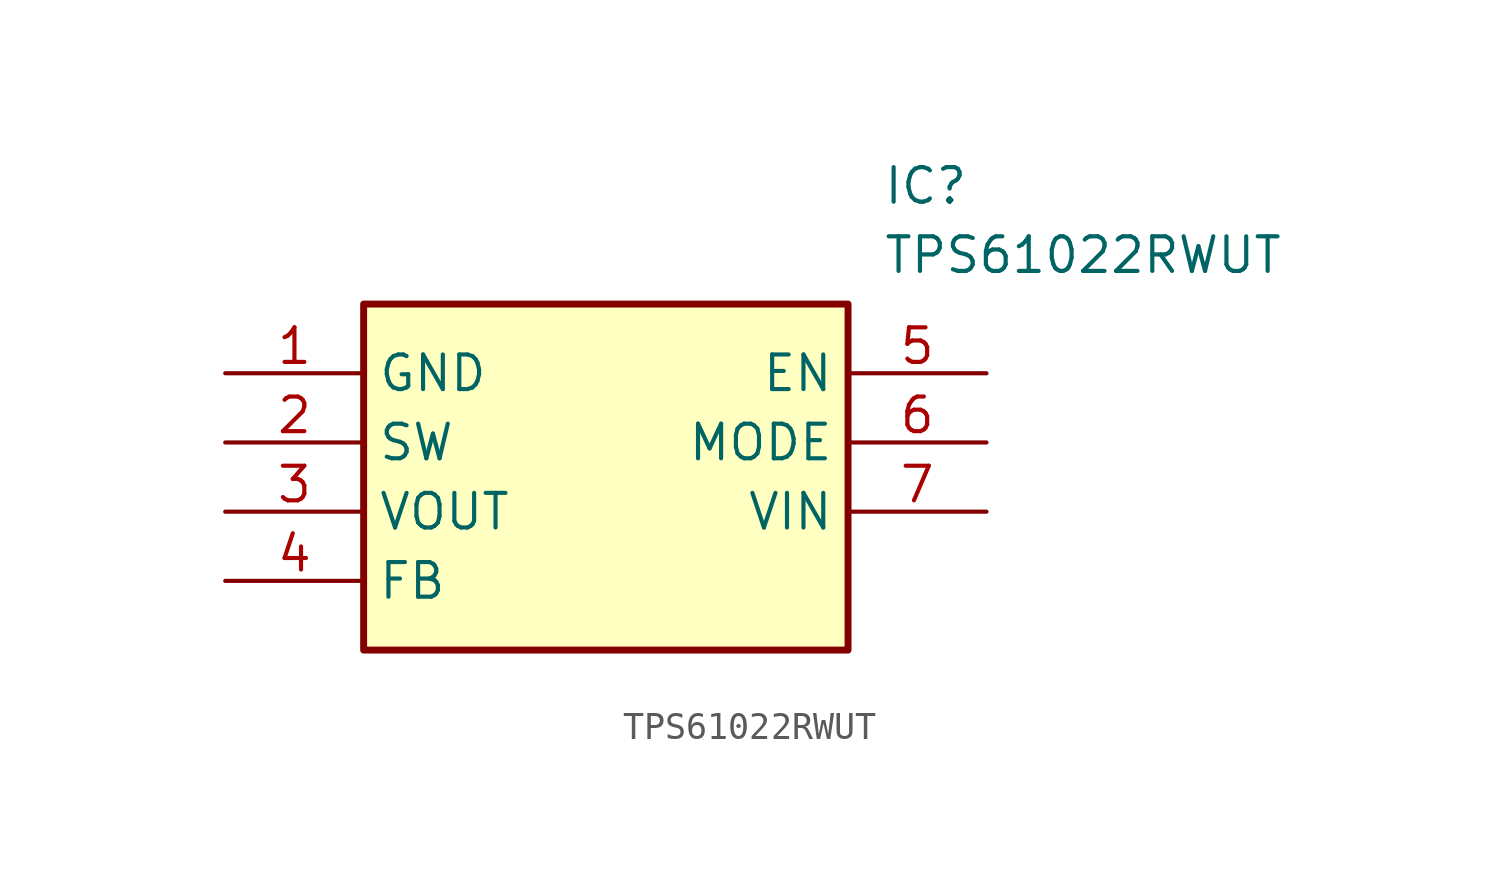
<source format=kicad_sym>
(kicad_symbol_lib
  (version 20211014)
  (generator SamacSys_ECAD_Model)
  (symbol "TPS61022RWUT"
    (property "Reference" "IC"
      (at 24.13 7.62 0)
      (effects (font (size 1.27 1.27)) (justify left top)))
    (property "Value" "TPS61022RWUT"
      (at 24.13 5.08 0)
      (effects (font (size 1.27 1.27)) (justify left top)))
    (rectangle
      (start 5.08 2.54)
      (end 22.86 -10.16)
      (stroke (width 0.254) (type default))
      (fill (type background)))
    (pin passive line
      (at 0 0 0)
      (length 5.08)
      (name "GND" (effects (font (size 1.27 1.27))))
      (number "1" (effects (font (size 1.27 1.27)))))
    (pin passive line
      (at 0 -2.54 0)
      (length 5.08)
      (name "SW" (effects (font (size 1.27 1.27))))
      (number "2" (effects (font (size 1.27 1.27)))))
    (pin passive line
      (at 0 -5.08 0)
      (length 5.08)
      (name "VOUT" (effects (font (size 1.27 1.27))))
      (number "3" (effects (font (size 1.27 1.27)))))
    (pin passive line
      (at 0 -7.62 0)
      (length 5.08)
      (name "FB" (effects (font (size 1.27 1.27))))
      (number "4" (effects (font (size 1.27 1.27)))))
    (pin passive line
      (at 27.94 0 180)
      (length 5.08)
      (name "EN" (effects (font (size 1.27 1.27))))
      (number "5" (effects (font (size 1.27 1.27)))))
    (pin passive line
      (at 27.94 -2.54 180)
      (length 5.08)
      (name "MODE" (effects (font (size 1.27 1.27))))
      (number "6" (effects (font (size 1.27 1.27)))))
    (pin passive line
      (at 27.94 -5.08 180)
      (length 5.08)
      (name "VIN" (effects (font (size 1.27 1.27))))
      (number "7" (effects (font (size 1.27 1.27)))))))
</source>
